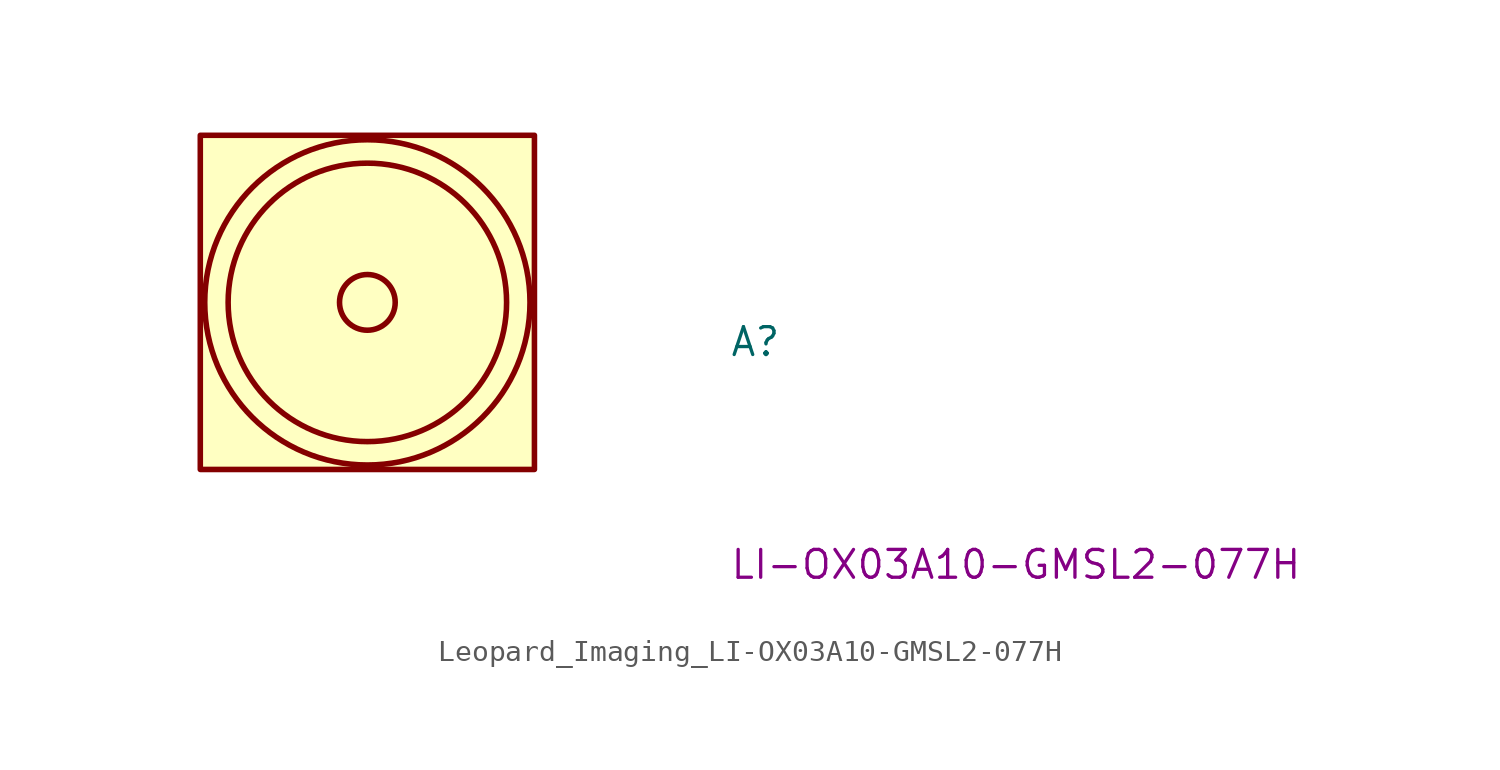
<source format=kicad_sym>
(kicad_symbol_lib
  (version 20220914)
  (generator kicad_symbol_editor)
  (symbol "Leopard_Imaging_LI-OX03A10-GMSL2-077H"
    (property "Reference" "A"
      (at 16.51 -2.54 0)
      (effects (font (size 1.27 1.27) (thickness 0.15)) (justify left bottom)))
    (property "MPN" "LI-OX03A10-GMSL2-077H"
      (at 16.51 -12.7 0)
      (effects (font (size 1.27 1.27) (thickness 0.15)) (justify left bottom)))
    (symbol "Leopard_Imaging_LI-OX03A10-GMSL2-077H_1_1"
      (rectangle (start -7.62 7.62) (end 7.62 -7.62) (stroke (width 0.254) (type default)) (fill (type background)))
      (circle (center 0 0) (radius 1.27) (stroke (width 0.254) (type default)) (fill (type background)))
      (circle (center 0 0) (radius 6.35) (stroke (width 0.254) (type default)) (fill (type background)))
      (circle (center 0 0) (radius 7.417) (stroke (width 0.254) (type default)) (fill (type background))))))
</source>
